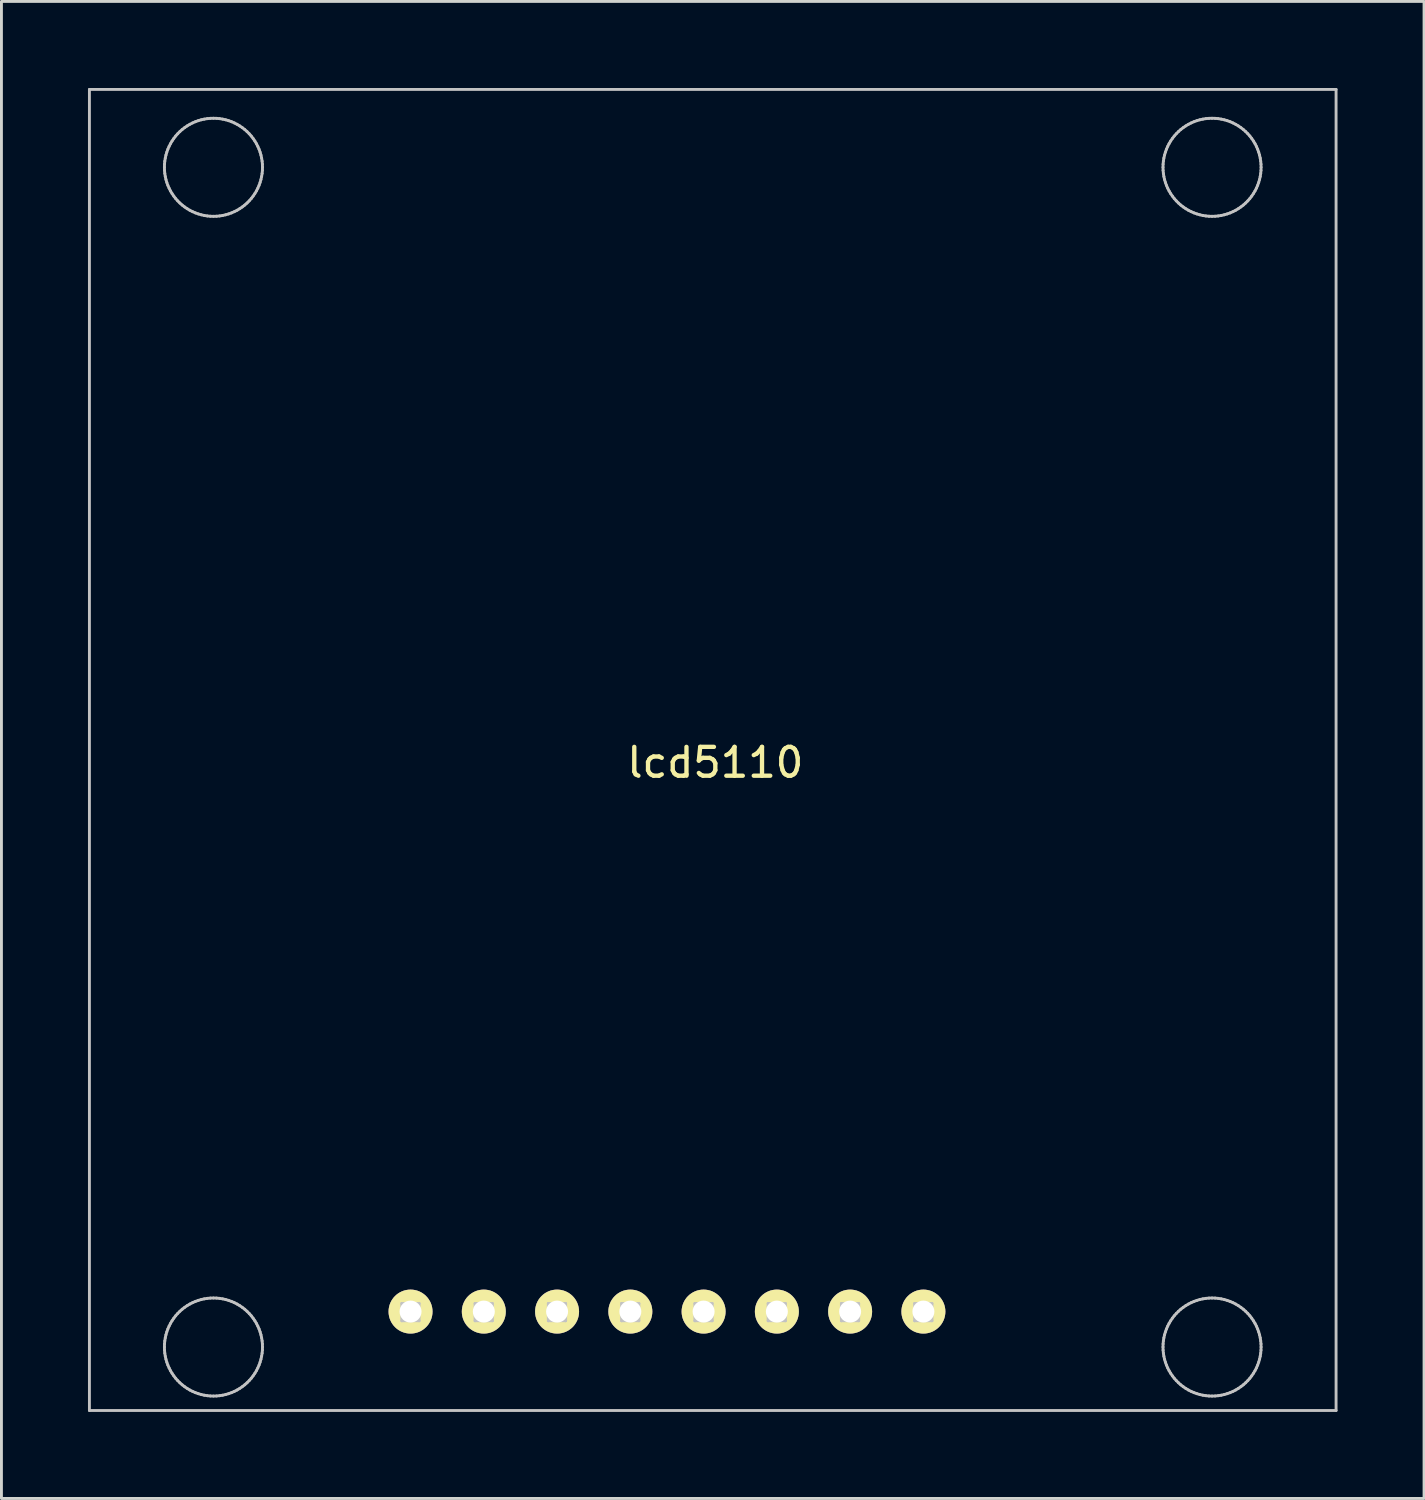
<source format=kicad_pcb>
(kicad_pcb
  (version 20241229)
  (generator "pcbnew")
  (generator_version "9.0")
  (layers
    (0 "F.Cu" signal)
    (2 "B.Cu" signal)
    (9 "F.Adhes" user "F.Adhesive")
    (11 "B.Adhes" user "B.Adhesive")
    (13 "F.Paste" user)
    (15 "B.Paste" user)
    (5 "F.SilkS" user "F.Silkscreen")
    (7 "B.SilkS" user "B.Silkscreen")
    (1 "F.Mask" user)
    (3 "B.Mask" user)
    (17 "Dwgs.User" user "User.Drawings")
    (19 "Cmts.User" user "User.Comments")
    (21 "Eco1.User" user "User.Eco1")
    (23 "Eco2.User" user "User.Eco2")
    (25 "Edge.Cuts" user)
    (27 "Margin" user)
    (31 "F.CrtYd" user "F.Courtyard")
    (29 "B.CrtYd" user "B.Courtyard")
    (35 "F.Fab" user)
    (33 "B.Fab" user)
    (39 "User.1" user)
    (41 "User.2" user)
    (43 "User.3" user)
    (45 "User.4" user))
  (footprint "lcd5110"
    (layer "F.Cu")
    (at 11.589 43.208)
    (property "Reference" "lcd5110" (at 10.16 -19.82 0) (layer "F.SilkS") (effects (font (size 1 1) (thickness 0.15))))
    (attr through_hole)
    (fp_line (start -11.539 -43.158) (end 31.681 -43.158) (stroke (width 0.1) (type solid)) (layer "Dwgs.User"))
    (fp_line (start -11.539 2.642) (end -11.539 -43.158) (stroke (width 0.1) (type solid)) (layer "Dwgs.User"))
    (fp_line (start -8.939 -40.458) (end -8.936 -40.565) (stroke (width 0.1) (type solid)) (layer "Dwgs.User"))
    (fp_line (start -8.939 0.442) (end -8.936 0.335) (stroke (width 0.1) (type solid)) (layer "Dwgs.User"))
    (fp_line (start -8.936 -40.565) (end -8.926 -40.671) (stroke (width 0.1) (type solid)) (layer "Dwgs.User"))
    (fp_line (start -8.936 -40.351) (end -8.939 -40.458) (stroke (width 0.1) (type solid)) (layer "Dwgs.User"))
    (fp_line (start -8.936 0.335) (end -8.926 0.229) (stroke (width 0.1) (type solid)) (layer "Dwgs.User"))
    (fp_line (start -8.936 0.549) (end -8.939 0.442) (stroke (width 0.1) (type solid)) (layer "Dwgs.User"))
    (fp_line (start -8.926 -40.671) (end -8.909 -40.777) (stroke (width 0.1) (type solid)) (layer "Dwgs.User"))
    (fp_line (start -8.926 -40.245) (end -8.936 -40.351) (stroke (width 0.1) (type solid)) (layer "Dwgs.User"))
    (fp_line (start -8.926 0.229) (end -8.909 0.123) (stroke (width 0.1) (type solid)) (layer "Dwgs.User"))
    (fp_line (start -8.926 0.655) (end -8.936 0.549) (stroke (width 0.1) (type solid)) (layer "Dwgs.User"))
    (fp_line (start -8.909 -40.777) (end -8.886 -40.881) (stroke (width 0.1) (type solid)) (layer "Dwgs.User"))
    (fp_line (start -8.909 -40.139) (end -8.926 -40.245) (stroke (width 0.1) (type solid)) (layer "Dwgs.User"))
    (fp_line (start -8.909 0.123) (end -8.886 0.019) (stroke (width 0.1) (type solid)) (layer "Dwgs.User"))
    (fp_line (start -8.909 0.761) (end -8.926 0.655) (stroke (width 0.1) (type solid)) (layer "Dwgs.User"))
    (fp_line (start -8.886 -40.881) (end -8.856 -40.983) (stroke (width 0.1) (type solid)) (layer "Dwgs.User"))
    (fp_line (start -8.886 -40.035) (end -8.909 -40.139) (stroke (width 0.1) (type solid)) (layer "Dwgs.User"))
    (fp_line (start -8.886 0.019) (end -8.856 -0.083) (stroke (width 0.1) (type solid)) (layer "Dwgs.User"))
    (fp_line (start -8.886 0.865) (end -8.909 0.761) (stroke (width 0.1) (type solid)) (layer "Dwgs.User"))
    (fp_line (start -8.856 -40.983) (end -8.82 -41.084) (stroke (width 0.1) (type solid)) (layer "Dwgs.User"))
    (fp_line (start -8.856 -39.933) (end -8.886 -40.035) (stroke (width 0.1) (type solid)) (layer "Dwgs.User"))
    (fp_line (start -8.856 -0.083) (end -8.82 -0.184) (stroke (width 0.1) (type solid)) (layer "Dwgs.User"))
    (fp_line (start -8.856 0.967) (end -8.886 0.865) (stroke (width 0.1) (type solid)) (layer "Dwgs.User"))
    (fp_line (start -8.82 -41.084) (end -8.777 -41.182) (stroke (width 0.1) (type solid)) (layer "Dwgs.User"))
    (fp_line (start -8.82 -39.832) (end -8.856 -39.933) (stroke (width 0.1) (type solid)) (layer "Dwgs.User"))
    (fp_line (start -8.82 -0.184) (end -8.777 -0.282) (stroke (width 0.1) (type solid)) (layer "Dwgs.User"))
    (fp_line (start -8.82 1.068) (end -8.856 0.967) (stroke (width 0.1) (type solid)) (layer "Dwgs.User"))
    (fp_line (start -8.777 -41.182) (end -8.729 -41.277) (stroke (width 0.1) (type solid)) (layer "Dwgs.User"))
    (fp_line (start -8.777 -39.734) (end -8.82 -39.832) (stroke (width 0.1) (type solid)) (layer "Dwgs.User"))
    (fp_line (start -8.777 -0.282) (end -8.729 -0.377) (stroke (width 0.1) (type solid)) (layer "Dwgs.User"))
    (fp_line (start -8.777 1.166) (end -8.82 1.068) (stroke (width 0.1) (type solid)) (layer "Dwgs.User"))
    (fp_line (start -8.729 -41.277) (end -8.674 -41.369) (stroke (width 0.1) (type solid)) (layer "Dwgs.User"))
    (fp_line (start -8.729 -39.639) (end -8.777 -39.734) (stroke (width 0.1) (type solid)) (layer "Dwgs.User"))
    (fp_line (start -8.729 -0.377) (end -8.674 -0.469) (stroke (width 0.1) (type solid)) (layer "Dwgs.User"))
    (fp_line (start -8.729 1.261) (end -8.777 1.166) (stroke (width 0.1) (type solid)) (layer "Dwgs.User"))
    (fp_line (start -8.674 -41.369) (end -8.614 -41.457) (stroke (width 0.1) (type solid)) (layer "Dwgs.User"))
    (fp_line (start -8.674 -39.547) (end -8.729 -39.639) (stroke (width 0.1) (type solid)) (layer "Dwgs.User"))
    (fp_line (start -8.674 -0.469) (end -8.614 -0.557) (stroke (width 0.1) (type solid)) (layer "Dwgs.User"))
    (fp_line (start -8.674 1.353) (end -8.729 1.261) (stroke (width 0.1) (type solid)) (layer "Dwgs.User"))
    (fp_line (start -8.614 -41.457) (end -8.549 -41.542) (stroke (width 0.1) (type solid)) (layer "Dwgs.User"))
    (fp_line (start -8.614 -39.459) (end -8.674 -39.547) (stroke (width 0.1) (type solid)) (layer "Dwgs.User"))
    (fp_line (start -8.614 -0.557) (end -8.549 -0.642) (stroke (width 0.1) (type solid)) (layer "Dwgs.User"))
    (fp_line (start -8.614 1.441) (end -8.674 1.353) (stroke (width 0.1) (type solid)) (layer "Dwgs.User"))
    (fp_line (start -8.549 -41.542) (end -8.478 -41.622) (stroke (width 0.1) (type solid)) (layer "Dwgs.User"))
    (fp_line (start -8.549 -39.374) (end -8.614 -39.459) (stroke (width 0.1) (type solid)) (layer "Dwgs.User"))
    (fp_line (start -8.549 -0.642) (end -8.478 -0.722) (stroke (width 0.1) (type solid)) (layer "Dwgs.User"))
    (fp_line (start -8.549 1.526) (end -8.614 1.441) (stroke (width 0.1) (type solid)) (layer "Dwgs.User"))
    (fp_line (start -8.478 -41.622) (end -8.403 -41.697) (stroke (width 0.1) (type solid)) (layer "Dwgs.User"))
    (fp_line (start -8.478 -39.294) (end -8.549 -39.374) (stroke (width 0.1) (type solid)) (layer "Dwgs.User"))
    (fp_line (start -8.478 -0.722) (end -8.403 -0.797) (stroke (width 0.1) (type solid)) (layer "Dwgs.User"))
    (fp_line (start -8.478 1.606) (end -8.549 1.526) (stroke (width 0.1) (type solid)) (layer "Dwgs.User"))
    (fp_line (start -8.403 -41.697) (end -8.323 -41.768) (stroke (width 0.1) (type solid)) (layer "Dwgs.User"))
    (fp_line (start -8.403 -39.219) (end -8.478 -39.294) (stroke (width 0.1) (type solid)) (layer "Dwgs.User"))
    (fp_line (start -8.403 -0.797) (end -8.323 -0.868) (stroke (width 0.1) (type solid)) (layer "Dwgs.User"))
    (fp_line (start -8.403 1.681) (end -8.478 1.606) (stroke (width 0.1) (type solid)) (layer "Dwgs.User"))
    (fp_line (start -8.323 -41.768) (end -8.238 -41.833) (stroke (width 0.1) (type solid)) (layer "Dwgs.User"))
    (fp_line (start -8.323 -39.148) (end -8.403 -39.219) (stroke (width 0.1) (type solid)) (layer "Dwgs.User"))
    (fp_line (start -8.323 -0.868) (end -8.238 -0.933) (stroke (width 0.1) (type solid)) (layer "Dwgs.User"))
    (fp_line (start -8.323 1.752) (end -8.403 1.681) (stroke (width 0.1) (type solid)) (layer "Dwgs.User"))
    (fp_line (start -8.238 -41.833) (end -8.15 -41.893) (stroke (width 0.1) (type solid)) (layer "Dwgs.User"))
    (fp_line (start -8.238 -39.083) (end -8.323 -39.148) (stroke (width 0.1) (type solid)) (layer "Dwgs.User"))
    (fp_line (start -8.238 -0.933) (end -8.15 -0.993) (stroke (width 0.1) (type solid)) (layer "Dwgs.User"))
    (fp_line (start -8.238 1.817) (end -8.323 1.752) (stroke (width 0.1) (type solid)) (layer "Dwgs.User"))
    (fp_line (start -8.15 -41.893) (end -8.058 -41.948) (stroke (width 0.1) (type solid)) (layer "Dwgs.User"))
    (fp_line (start -8.15 -39.023) (end -8.238 -39.083) (stroke (width 0.1) (type solid)) (layer "Dwgs.User"))
    (fp_line (start -8.15 -0.993) (end -8.058 -1.048) (stroke (width 0.1) (type solid)) (layer "Dwgs.User"))
    (fp_line (start -8.15 1.877) (end -8.238 1.817) (stroke (width 0.1) (type solid)) (layer "Dwgs.User"))
    (fp_line (start -8.058 -41.948) (end -7.963 -41.996) (stroke (width 0.1) (type solid)) (layer "Dwgs.User"))
    (fp_line (start -8.058 -38.968) (end -8.15 -39.023) (stroke (width 0.1) (type solid)) (layer "Dwgs.User"))
    (fp_line (start -8.058 -1.048) (end -7.963 -1.096) (stroke (width 0.1) (type solid)) (layer "Dwgs.User"))
    (fp_line (start -8.058 1.932) (end -8.15 1.877) (stroke (width 0.1) (type solid)) (layer "Dwgs.User"))
    (fp_line (start -7.963 -41.996) (end -7.865 -42.039) (stroke (width 0.1) (type solid)) (layer "Dwgs.User"))
    (fp_line (start -7.963 -38.92) (end -8.058 -38.968) (stroke (width 0.1) (type solid)) (layer "Dwgs.User"))
    (fp_line (start -7.963 -1.096) (end -7.865 -1.139) (stroke (width 0.1) (type solid)) (layer "Dwgs.User"))
    (fp_line (start -7.963 1.98) (end -8.058 1.932) (stroke (width 0.1) (type solid)) (layer "Dwgs.User"))
    (fp_line (start -7.865 -42.039) (end -7.764 -42.075) (stroke (width 0.1) (type solid)) (layer "Dwgs.User"))
    (fp_line (start -7.865 -38.877) (end -7.963 -38.92) (stroke (width 0.1) (type solid)) (layer "Dwgs.User"))
    (fp_line (start -7.865 -1.139) (end -7.764 -1.175) (stroke (width 0.1) (type solid)) (layer "Dwgs.User"))
    (fp_line (start -7.865 2.023) (end -7.963 1.98) (stroke (width 0.1) (type solid)) (layer "Dwgs.User"))
    (fp_line (start -7.764 -42.075) (end -7.662 -42.105) (stroke (width 0.1) (type solid)) (layer "Dwgs.User"))
    (fp_line (start -7.764 -38.841) (end -7.865 -38.877) (stroke (width 0.1) (type solid)) (layer "Dwgs.User"))
    (fp_line (start -7.764 -1.175) (end -7.662 -1.205) (stroke (width 0.1) (type solid)) (layer "Dwgs.User"))
    (fp_line (start -7.764 2.059) (end -7.865 2.023) (stroke (width 0.1) (type solid)) (layer "Dwgs.User"))
    (fp_line (start -7.662 -42.105) (end -7.558 -42.128) (stroke (width 0.1) (type solid)) (layer "Dwgs.User"))
    (fp_line (start -7.662 -38.811) (end -7.764 -38.841) (stroke (width 0.1) (type solid)) (layer "Dwgs.User"))
    (fp_line (start -7.662 -1.205) (end -7.558 -1.228) (stroke (width 0.1) (type solid)) (layer "Dwgs.User"))
    (fp_line (start -7.662 2.089) (end -7.764 2.059) (stroke (width 0.1) (type solid)) (layer "Dwgs.User"))
    (fp_line (start -7.558 -42.128) (end -7.452 -42.145) (stroke (width 0.1) (type solid)) (layer "Dwgs.User"))
    (fp_line (start -7.558 -38.788) (end -7.662 -38.811) (stroke (width 0.1) (type solid)) (layer "Dwgs.User"))
    (fp_line (start -7.558 -1.228) (end -7.452 -1.245) (stroke (width 0.1) (type solid)) (layer "Dwgs.User"))
    (fp_line (start -7.558 2.112) (end -7.662 2.089) (stroke (width 0.1) (type solid)) (layer "Dwgs.User"))
    (fp_line (start -7.452 -42.145) (end -7.346 -42.155) (stroke (width 0.1) (type solid)) (layer "Dwgs.User"))
    (fp_line (start -7.452 -38.771) (end -7.558 -38.788) (stroke (width 0.1) (type solid)) (layer "Dwgs.User"))
    (fp_line (start -7.452 -1.245) (end -7.346 -1.255) (stroke (width 0.1) (type solid)) (layer "Dwgs.User"))
    (fp_line (start -7.452 2.129) (end -7.558 2.112) (stroke (width 0.1) (type solid)) (layer "Dwgs.User"))
    (fp_line (start -7.346 -42.155) (end -7.239 -42.158) (stroke (width 0.1) (type solid)) (layer "Dwgs.User"))
    (fp_line (start -7.346 -38.761) (end -7.452 -38.771) (stroke (width 0.1) (type solid)) (layer "Dwgs.User"))
    (fp_line (start -7.346 -1.255) (end -7.239 -1.258) (stroke (width 0.1) (type solid)) (layer "Dwgs.User"))
    (fp_line (start -7.346 2.139) (end -7.452 2.129) (stroke (width 0.1) (type solid)) (layer "Dwgs.User"))
    (fp_line (start -7.239 -42.158) (end -7.132 -42.155) (stroke (width 0.1) (type solid)) (layer "Dwgs.User"))
    (fp_line (start -7.239 -38.758) (end -7.346 -38.761) (stroke (width 0.1) (type solid)) (layer "Dwgs.User"))
    (fp_line (start -7.239 -1.258) (end -7.132 -1.255) (stroke (width 0.1) (type solid)) (layer "Dwgs.User"))
    (fp_line (start -7.239 2.142) (end -7.346 2.139) (stroke (width 0.1) (type solid)) (layer "Dwgs.User"))
    (fp_line (start -7.132 -42.155) (end -7.026 -42.145) (stroke (width 0.1) (type solid)) (layer "Dwgs.User"))
    (fp_line (start -7.132 -38.761) (end -7.239 -38.758) (stroke (width 0.1) (type solid)) (layer "Dwgs.User"))
    (fp_line (start -7.132 -1.255) (end -7.026 -1.245) (stroke (width 0.1) (type solid)) (layer "Dwgs.User"))
    (fp_line (start -7.132 2.139) (end -7.239 2.142) (stroke (width 0.1) (type solid)) (layer "Dwgs.User"))
    (fp_line (start -7.026 -42.145) (end -6.92 -42.128) (stroke (width 0.1) (type solid)) (layer "Dwgs.User"))
    (fp_line (start -7.026 -38.771) (end -7.132 -38.761) (stroke (width 0.1) (type solid)) (layer "Dwgs.User"))
    (fp_line (start -7.026 -1.245) (end -6.92 -1.228) (stroke (width 0.1) (type solid)) (layer "Dwgs.User"))
    (fp_line (start -7.026 2.129) (end -7.132 2.139) (stroke (width 0.1) (type solid)) (layer "Dwgs.User"))
    (fp_line (start -6.92 -42.128) (end -6.816 -42.105) (stroke (width 0.1) (type solid)) (layer "Dwgs.User"))
    (fp_line (start -6.92 -38.788) (end -7.026 -38.771) (stroke (width 0.1) (type solid)) (layer "Dwgs.User"))
    (fp_line (start -6.92 -1.228) (end -6.816 -1.205) (stroke (width 0.1) (type solid)) (layer "Dwgs.User"))
    (fp_line (start -6.92 2.112) (end -7.026 2.129) (stroke (width 0.1) (type solid)) (layer "Dwgs.User"))
    (fp_line (start -6.816 -42.105) (end -6.714 -42.075) (stroke (width 0.1) (type solid)) (layer "Dwgs.User"))
    (fp_line (start -6.816 -38.811) (end -6.92 -38.788) (stroke (width 0.1) (type solid)) (layer "Dwgs.User"))
    (fp_line (start -6.816 -1.205) (end -6.714 -1.175) (stroke (width 0.1) (type solid)) (layer "Dwgs.User"))
    (fp_line (start -6.816 2.089) (end -6.92 2.112) (stroke (width 0.1) (type solid)) (layer "Dwgs.User"))
    (fp_line (start -6.714 -42.075) (end -6.613 -42.039) (stroke (width 0.1) (type solid)) (layer "Dwgs.User"))
    (fp_line (start -6.714 -38.841) (end -6.816 -38.811) (stroke (width 0.1) (type solid)) (layer "Dwgs.User"))
    (fp_line (start -6.714 -1.175) (end -6.613 -1.139) (stroke (width 0.1) (type solid)) (layer "Dwgs.User"))
    (fp_line (start -6.714 2.059) (end -6.816 2.089) (stroke (width 0.1) (type solid)) (layer "Dwgs.User"))
    (fp_line (start -6.613 -42.039) (end -6.515 -41.996) (stroke (width 0.1) (type solid)) (layer "Dwgs.User"))
    (fp_line (start -6.613 -38.877) (end -6.714 -38.841) (stroke (width 0.1) (type solid)) (layer "Dwgs.User"))
    (fp_line (start -6.613 -1.139) (end -6.515 -1.096) (stroke (width 0.1) (type solid)) (layer "Dwgs.User"))
    (fp_line (start -6.613 2.023) (end -6.714 2.059) (stroke (width 0.1) (type solid)) (layer "Dwgs.User"))
    (fp_line (start -6.515 -41.996) (end -6.42 -41.948) (stroke (width 0.1) (type solid)) (layer "Dwgs.User"))
    (fp_line (start -6.515 -38.92) (end -6.613 -38.877) (stroke (width 0.1) (type solid)) (layer "Dwgs.User"))
    (fp_line (start -6.515 -1.096) (end -6.42 -1.048) (stroke (width 0.1) (type solid)) (layer "Dwgs.User"))
    (fp_line (start -6.515 1.98) (end -6.613 2.023) (stroke (width 0.1) (type solid)) (layer "Dwgs.User"))
    (fp_line (start -6.42 -41.948) (end -6.328 -41.893) (stroke (width 0.1) (type solid)) (layer "Dwgs.User"))
    (fp_line (start -6.42 -38.968) (end -6.515 -38.92) (stroke (width 0.1) (type solid)) (layer "Dwgs.User"))
    (fp_line (start -6.42 -1.048) (end -6.328 -0.993) (stroke (width 0.1) (type solid)) (layer "Dwgs.User"))
    (fp_line (start -6.42 1.932) (end -6.515 1.98) (stroke (width 0.1) (type solid)) (layer "Dwgs.User"))
    (fp_line (start -6.328 -41.893) (end -6.24 -41.833) (stroke (width 0.1) (type solid)) (layer "Dwgs.User"))
    (fp_line (start -6.328 -39.023) (end -6.42 -38.968) (stroke (width 0.1) (type solid)) (layer "Dwgs.User"))
    (fp_line (start -6.328 -0.993) (end -6.24 -0.933) (stroke (width 0.1) (type solid)) (layer "Dwgs.User"))
    (fp_line (start -6.328 1.877) (end -6.42 1.932) (stroke (width 0.1) (type solid)) (layer "Dwgs.User"))
    (fp_line (start -6.24 -41.833) (end -6.155 -41.768) (stroke (width 0.1) (type solid)) (layer "Dwgs.User"))
    (fp_line (start -6.24 -39.083) (end -6.328 -39.023) (stroke (width 0.1) (type solid)) (layer "Dwgs.User"))
    (fp_line (start -6.24 -0.933) (end -6.155 -0.868) (stroke (width 0.1) (type solid)) (layer "Dwgs.User"))
    (fp_line (start -6.24 1.817) (end -6.328 1.877) (stroke (width 0.1) (type solid)) (layer "Dwgs.User"))
    (fp_line (start -6.155 -41.768) (end -6.075 -41.697) (stroke (width 0.1) (type solid)) (layer "Dwgs.User"))
    (fp_line (start -6.155 -39.148) (end -6.24 -39.083) (stroke (width 0.1) (type solid)) (layer "Dwgs.User"))
    (fp_line (start -6.155 -0.868) (end -6.075 -0.797) (stroke (width 0.1) (type solid)) (layer "Dwgs.User"))
    (fp_line (start -6.155 1.752) (end -6.24 1.817) (stroke (width 0.1) (type solid)) (layer "Dwgs.User"))
    (fp_line (start -6.075 -41.697) (end -6 -41.622) (stroke (width 0.1) (type solid)) (layer "Dwgs.User"))
    (fp_line (start -6.075 -39.219) (end -6.155 -39.148) (stroke (width 0.1) (type solid)) (layer "Dwgs.User"))
    (fp_line (start -6.075 -0.797) (end -6 -0.722) (stroke (width 0.1) (type solid)) (layer "Dwgs.User"))
    (fp_line (start -6.075 1.681) (end -6.155 1.752) (stroke (width 0.1) (type solid)) (layer "Dwgs.User"))
    (fp_line (start -6 -41.622) (end -5.929 -41.542) (stroke (width 0.1) (type solid)) (layer "Dwgs.User"))
    (fp_line (start -6 -39.294) (end -6.075 -39.219) (stroke (width 0.1) (type solid)) (layer "Dwgs.User"))
    (fp_line (start -6 -0.722) (end -5.929 -0.642) (stroke (width 0.1) (type solid)) (layer "Dwgs.User"))
    (fp_line (start -6 1.606) (end -6.075 1.681) (stroke (width 0.1) (type solid)) (layer "Dwgs.User"))
    (fp_line (start -5.929 -41.542) (end -5.864 -41.457) (stroke (width 0.1) (type solid)) (layer "Dwgs.User"))
    (fp_line (start -5.929 -39.374) (end -6 -39.294) (stroke (width 0.1) (type solid)) (layer "Dwgs.User"))
    (fp_line (start -5.929 -0.642) (end -5.864 -0.557) (stroke (width 0.1) (type solid)) (layer "Dwgs.User"))
    (fp_line (start -5.929 1.526) (end -6 1.606) (stroke (width 0.1) (type solid)) (layer "Dwgs.User"))
    (fp_line (start -5.864 -41.457) (end -5.804 -41.369) (stroke (width 0.1) (type solid)) (layer "Dwgs.User"))
    (fp_line (start -5.864 -39.459) (end -5.929 -39.374) (stroke (width 0.1) (type solid)) (layer "Dwgs.User"))
    (fp_line (start -5.864 -0.557) (end -5.804 -0.469) (stroke (width 0.1) (type solid)) (layer "Dwgs.User"))
    (fp_line (start -5.864 1.441) (end -5.929 1.526) (stroke (width 0.1) (type solid)) (layer "Dwgs.User"))
    (fp_line (start -5.804 -41.369) (end -5.749 -41.277) (stroke (width 0.1) (type solid)) (layer "Dwgs.User"))
    (fp_line (start -5.804 -39.547) (end -5.864 -39.459) (stroke (width 0.1) (type solid)) (layer "Dwgs.User"))
    (fp_line (start -5.804 -0.469) (end -5.749 -0.377) (stroke (width 0.1) (type solid)) (layer "Dwgs.User"))
    (fp_line (start -5.804 1.353) (end -5.864 1.441) (stroke (width 0.1) (type solid)) (layer "Dwgs.User"))
    (fp_line (start -5.749 -41.277) (end -5.701 -41.182) (stroke (width 0.1) (type solid)) (layer "Dwgs.User"))
    (fp_line (start -5.749 -39.639) (end -5.804 -39.547) (stroke (width 0.1) (type solid)) (layer "Dwgs.User"))
    (fp_line (start -5.749 -0.377) (end -5.701 -0.282) (stroke (width 0.1) (type solid)) (layer "Dwgs.User"))
    (fp_line (start -5.749 1.261) (end -5.804 1.353) (stroke (width 0.1) (type solid)) (layer "Dwgs.User"))
    (fp_line (start -5.701 -41.182) (end -5.658 -41.084) (stroke (width 0.1) (type solid)) (layer "Dwgs.User"))
    (fp_line (start -5.701 -39.734) (end -5.749 -39.639) (stroke (width 0.1) (type solid)) (layer "Dwgs.User"))
    (fp_line (start -5.701 -0.282) (end -5.658 -0.184) (stroke (width 0.1) (type solid)) (layer "Dwgs.User"))
    (fp_line (start -5.701 1.166) (end -5.749 1.261) (stroke (width 0.1) (type solid)) (layer "Dwgs.User"))
    (fp_line (start -5.658 -41.084) (end -5.622 -40.983) (stroke (width 0.1) (type solid)) (layer "Dwgs.User"))
    (fp_line (start -5.658 -39.832) (end -5.701 -39.734) (stroke (width 0.1) (type solid)) (layer "Dwgs.User"))
    (fp_line (start -5.658 -0.184) (end -5.622 -0.083) (stroke (width 0.1) (type solid)) (layer "Dwgs.User"))
    (fp_line (start -5.658 1.068) (end -5.701 1.166) (stroke (width 0.1) (type solid)) (layer "Dwgs.User"))
    (fp_line (start -5.622 -40.983) (end -5.592 -40.881) (stroke (width 0.1) (type solid)) (layer "Dwgs.User"))
    (fp_line (start -5.622 -39.933) (end -5.658 -39.832) (stroke (width 0.1) (type solid)) (layer "Dwgs.User"))
    (fp_line (start -5.622 -0.083) (end -5.592 0.019) (stroke (width 0.1) (type solid)) (layer "Dwgs.User"))
    (fp_line (start -5.622 0.967) (end -5.658 1.068) (stroke (width 0.1) (type solid)) (layer "Dwgs.User"))
    (fp_line (start -5.592 -40.881) (end -5.569 -40.777) (stroke (width 0.1) (type solid)) (layer "Dwgs.User"))
    (fp_line (start -5.592 -40.035) (end -5.622 -39.933) (stroke (width 0.1) (type solid)) (layer "Dwgs.User"))
    (fp_line (start -5.592 0.019) (end -5.569 0.123) (stroke (width 0.1) (type solid)) (layer "Dwgs.User"))
    (fp_line (start -5.592 0.865) (end -5.622 0.967) (stroke (width 0.1) (type solid)) (layer "Dwgs.User"))
    (fp_line (start -5.569 -40.777) (end -5.552 -40.671) (stroke (width 0.1) (type solid)) (layer "Dwgs.User"))
    (fp_line (start -5.569 -40.139) (end -5.592 -40.035) (stroke (width 0.1) (type solid)) (layer "Dwgs.User"))
    (fp_line (start -5.569 0.123) (end -5.552 0.229) (stroke (width 0.1) (type solid)) (layer "Dwgs.User"))
    (fp_line (start -5.569 0.761) (end -5.592 0.865) (stroke (width 0.1) (type solid)) (layer "Dwgs.User"))
    (fp_line (start -5.552 -40.671) (end -5.542 -40.565) (stroke (width 0.1) (type solid)) (layer "Dwgs.User"))
    (fp_line (start -5.552 -40.245) (end -5.569 -40.139) (stroke (width 0.1) (type solid)) (layer "Dwgs.User"))
    (fp_line (start -5.552 0.229) (end -5.542 0.335) (stroke (width 0.1) (type solid)) (layer "Dwgs.User"))
    (fp_line (start -5.552 0.655) (end -5.569 0.761) (stroke (width 0.1) (type solid)) (layer "Dwgs.User"))
    (fp_line (start -5.542 -40.565) (end -5.539 -40.458) (stroke (width 0.1) (type solid)) (layer "Dwgs.User"))
    (fp_line (start -5.542 -40.351) (end -5.552 -40.245) (stroke (width 0.1) (type solid)) (layer "Dwgs.User"))
    (fp_line (start -5.542 0.335) (end -5.539 0.442) (stroke (width 0.1) (type solid)) (layer "Dwgs.User"))
    (fp_line (start -5.542 0.549) (end -5.552 0.655) (stroke (width 0.1) (type solid)) (layer "Dwgs.User"))
    (fp_line (start -5.539 -40.458) (end -5.542 -40.351) (stroke (width 0.1) (type solid)) (layer "Dwgs.User"))
    (fp_line (start -5.539 0.442) (end -5.542 0.549) (stroke (width 0.1) (type solid)) (layer "Dwgs.User"))
    (fp_line (start -0.709 -1.068) (end -0.109 -1.068) (stroke (width 0.1) (type solid)) (layer "Dwgs.User"))
    (fp_line (start -0.709 -0.468) (end -0.709 -1.068) (stroke (width 0.1) (type solid)) (layer "Dwgs.User"))
    (fp_line (start -0.109 -1.068) (end -0.109 -0.468) (stroke (width 0.1) (type solid)) (layer "Dwgs.User"))
    (fp_line (start -0.109 -0.468) (end -0.709 -0.468) (stroke (width 0.1) (type solid)) (layer "Dwgs.User"))
    (fp_line (start 1.831 -1.068) (end 2.431 -1.068) (stroke (width 0.1) (type solid)) (layer "Dwgs.User"))
    (fp_line (start 1.831 -0.468) (end 1.831 -1.068) (stroke (width 0.1) (type solid)) (layer "Dwgs.User"))
    (fp_line (start 2.431 -1.068) (end 2.431 -0.468) (stroke (width 0.1) (type solid)) (layer "Dwgs.User"))
    (fp_line (start 2.431 -0.468) (end 1.831 -0.468) (stroke (width 0.1) (type solid)) (layer "Dwgs.User"))
    (fp_line (start 4.371 -1.068) (end 4.971 -1.068) (stroke (width 0.1) (type solid)) (layer "Dwgs.User"))
    (fp_line (start 4.371 -0.468) (end 4.371 -1.068) (stroke (width 0.1) (type solid)) (layer "Dwgs.User"))
    (fp_line (start 4.971 -1.068) (end 4.971 -0.468) (stroke (width 0.1) (type solid)) (layer "Dwgs.User"))
    (fp_line (start 4.971 -0.468) (end 4.371 -0.468) (stroke (width 0.1) (type solid)) (layer "Dwgs.User"))
    (fp_line (start 6.911 -1.068) (end 7.511 -1.068) (stroke (width 0.1) (type solid)) (layer "Dwgs.User"))
    (fp_line (start 6.911 -0.468) (end 6.911 -1.068) (stroke (width 0.1) (type solid)) (layer "Dwgs.User"))
    (fp_line (start 7.511 -1.068) (end 7.511 -0.468) (stroke (width 0.1) (type solid)) (layer "Dwgs.User"))
    (fp_line (start 7.511 -0.468) (end 6.911 -0.468) (stroke (width 0.1) (type solid)) (layer "Dwgs.User"))
    (fp_line (start 9.451 -1.068) (end 10.051 -1.068) (stroke (width 0.1) (type solid)) (layer "Dwgs.User"))
    (fp_line (start 9.451 -0.468) (end 9.451 -1.068) (stroke (width 0.1) (type solid)) (layer "Dwgs.User"))
    (fp_line (start 10.051 -1.068) (end 10.051 -0.468) (stroke (width 0.1) (type solid)) (layer "Dwgs.User"))
    (fp_line (start 10.051 -0.468) (end 9.451 -0.468) (stroke (width 0.1) (type solid)) (layer "Dwgs.User"))
    (fp_line (start 11.991 -1.068) (end 12.591 -1.068) (stroke (width 0.1) (type solid)) (layer "Dwgs.User"))
    (fp_line (start 11.991 -0.468) (end 11.991 -1.068) (stroke (width 0.1) (type solid)) (layer "Dwgs.User"))
    (fp_line (start 12.591 -1.068) (end 12.591 -0.468) (stroke (width 0.1) (type solid)) (layer "Dwgs.User"))
    (fp_line (start 12.591 -0.468) (end 11.991 -0.468) (stroke (width 0.1) (type solid)) (layer "Dwgs.User"))
    (fp_line (start 14.531 -1.068) (end 15.131 -1.068) (stroke (width 0.1) (type solid)) (layer "Dwgs.User"))
    (fp_line (start 14.531 -0.468) (end 14.531 -1.068) (stroke (width 0.1) (type solid)) (layer "Dwgs.User"))
    (fp_line (start 15.131 -1.068) (end 15.131 -0.468) (stroke (width 0.1) (type solid)) (layer "Dwgs.User"))
    (fp_line (start 15.131 -0.468) (end 14.531 -0.468) (stroke (width 0.1) (type solid)) (layer "Dwgs.User"))
    (fp_line (start 17.071 -1.068) (end 17.671 -1.068) (stroke (width 0.1) (type solid)) (layer "Dwgs.User"))
    (fp_line (start 17.071 -0.468) (end 17.071 -1.068) (stroke (width 0.1) (type solid)) (layer "Dwgs.User"))
    (fp_line (start 17.671 -1.068) (end 17.671 -0.468) (stroke (width 0.1) (type solid)) (layer "Dwgs.User"))
    (fp_line (start 17.671 -0.468) (end 17.071 -0.468) (stroke (width 0.1) (type solid)) (layer "Dwgs.User"))
    (fp_line (start 25.681 -40.458) (end 25.684 -40.565) (stroke (width 0.1) (type solid)) (layer "Dwgs.User"))
    (fp_line (start 25.681 0.442) (end 25.684 0.335) (stroke (width 0.1) (type solid)) (layer "Dwgs.User"))
    (fp_line (start 25.684 -40.565) (end 25.694 -40.671) (stroke (width 0.1) (type solid)) (layer "Dwgs.User"))
    (fp_line (start 25.684 -40.351) (end 25.681 -40.458) (stroke (width 0.1) (type solid)) (layer "Dwgs.User"))
    (fp_line (start 25.684 0.335) (end 25.694 0.229) (stroke (width 0.1) (type solid)) (layer "Dwgs.User"))
    (fp_line (start 25.684 0.549) (end 25.681 0.442) (stroke (width 0.1) (type solid)) (layer "Dwgs.User"))
    (fp_line (start 25.694 -40.671) (end 25.711 -40.777) (stroke (width 0.1) (type solid)) (layer "Dwgs.User"))
    (fp_line (start 25.694 -40.245) (end 25.684 -40.351) (stroke (width 0.1) (type solid)) (layer "Dwgs.User"))
    (fp_line (start 25.694 0.229) (end 25.711 0.123) (stroke (width 0.1) (type solid)) (layer "Dwgs.User"))
    (fp_line (start 25.694 0.655) (end 25.684 0.549) (stroke (width 0.1) (type solid)) (layer "Dwgs.User"))
    (fp_line (start 25.711 -40.777) (end 25.734 -40.881) (stroke (width 0.1) (type solid)) (layer "Dwgs.User"))
    (fp_line (start 25.711 -40.139) (end 25.694 -40.245) (stroke (width 0.1) (type solid)) (layer "Dwgs.User"))
    (fp_line (start 25.711 0.123) (end 25.734 0.019) (stroke (width 0.1) (type solid)) (layer "Dwgs.User"))
    (fp_line (start 25.711 0.761) (end 25.694 0.655) (stroke (width 0.1) (type solid)) (layer "Dwgs.User"))
    (fp_line (start 25.734 -40.881) (end 25.764 -40.983) (stroke (width 0.1) (type solid)) (layer "Dwgs.User"))
    (fp_line (start 25.734 -40.035) (end 25.711 -40.139) (stroke (width 0.1) (type solid)) (layer "Dwgs.User"))
    (fp_line (start 25.734 0.019) (end 25.764 -0.083) (stroke (width 0.1) (type solid)) (layer "Dwgs.User"))
    (fp_line (start 25.734 0.865) (end 25.711 0.761) (stroke (width 0.1) (type solid)) (layer "Dwgs.User"))
    (fp_line (start 25.764 -40.983) (end 25.8 -41.084) (stroke (width 0.1) (type solid)) (layer "Dwgs.User"))
    (fp_line (start 25.764 -39.933) (end 25.734 -40.035) (stroke (width 0.1) (type solid)) (layer "Dwgs.User"))
    (fp_line (start 25.764 -0.083) (end 25.8 -0.184) (stroke (width 0.1) (type solid)) (layer "Dwgs.User"))
    (fp_line (start 25.764 0.967) (end 25.734 0.865) (stroke (width 0.1) (type solid)) (layer "Dwgs.User"))
    (fp_line (start 25.8 -41.084) (end 25.843 -41.182) (stroke (width 0.1) (type solid)) (layer "Dwgs.User"))
    (fp_line (start 25.8 -39.832) (end 25.764 -39.933) (stroke (width 0.1) (type solid)) (layer "Dwgs.User"))
    (fp_line (start 25.8 -0.184) (end 25.843 -0.282) (stroke (width 0.1) (type solid)) (layer "Dwgs.User"))
    (fp_line (start 25.8 1.068) (end 25.764 0.967) (stroke (width 0.1) (type solid)) (layer "Dwgs.User"))
    (fp_line (start 25.843 -41.182) (end 25.891 -41.277) (stroke (width 0.1) (type solid)) (layer "Dwgs.User"))
    (fp_line (start 25.843 -39.734) (end 25.8 -39.832) (stroke (width 0.1) (type solid)) (layer "Dwgs.User"))
    (fp_line (start 25.843 -0.282) (end 25.891 -0.377) (stroke (width 0.1) (type solid)) (layer "Dwgs.User"))
    (fp_line (start 25.843 1.166) (end 25.8 1.068) (stroke (width 0.1) (type solid)) (layer "Dwgs.User"))
    (fp_line (start 25.891 -41.277) (end 25.946 -41.369) (stroke (width 0.1) (type solid)) (layer "Dwgs.User"))
    (fp_line (start 25.891 -39.639) (end 25.843 -39.734) (stroke (width 0.1) (type solid)) (layer "Dwgs.User"))
    (fp_line (start 25.891 -0.377) (end 25.946 -0.469) (stroke (width 0.1) (type solid)) (layer "Dwgs.User"))
    (fp_line (start 25.891 1.261) (end 25.843 1.166) (stroke (width 0.1) (type solid)) (layer "Dwgs.User"))
    (fp_line (start 25.946 -41.369) (end 26.006 -41.457) (stroke (width 0.1) (type solid)) (layer "Dwgs.User"))
    (fp_line (start 25.946 -39.547) (end 25.891 -39.639) (stroke (width 0.1) (type solid)) (layer "Dwgs.User"))
    (fp_line (start 25.946 -0.469) (end 26.006 -0.557) (stroke (width 0.1) (type solid)) (layer "Dwgs.User"))
    (fp_line (start 25.946 1.353) (end 25.891 1.261) (stroke (width 0.1) (type solid)) (layer "Dwgs.User"))
    (fp_line (start 26.006 -41.457) (end 26.071 -41.542) (stroke (width 0.1) (type solid)) (layer "Dwgs.User"))
    (fp_line (start 26.006 -39.459) (end 25.946 -39.547) (stroke (width 0.1) (type solid)) (layer "Dwgs.User"))
    (fp_line (start 26.006 -0.557) (end 26.071 -0.642) (stroke (width 0.1) (type solid)) (layer "Dwgs.User"))
    (fp_line (start 26.006 1.441) (end 25.946 1.353) (stroke (width 0.1) (type solid)) (layer "Dwgs.User"))
    (fp_line (start 26.071 -41.542) (end 26.142 -41.622) (stroke (width 0.1) (type solid)) (layer "Dwgs.User"))
    (fp_line (start 26.071 -39.374) (end 26.006 -39.459) (stroke (width 0.1) (type solid)) (layer "Dwgs.User"))
    (fp_line (start 26.071 -0.642) (end 26.142 -0.722) (stroke (width 0.1) (type solid)) (layer "Dwgs.User"))
    (fp_line (start 26.071 1.526) (end 26.006 1.441) (stroke (width 0.1) (type solid)) (layer "Dwgs.User"))
    (fp_line (start 26.142 -41.622) (end 26.217 -41.697) (stroke (width 0.1) (type solid)) (layer "Dwgs.User"))
    (fp_line (start 26.142 -39.294) (end 26.071 -39.374) (stroke (width 0.1) (type solid)) (layer "Dwgs.User"))
    (fp_line (start 26.142 -0.722) (end 26.217 -0.797) (stroke (width 0.1) (type solid)) (layer "Dwgs.User"))
    (fp_line (start 26.142 1.606) (end 26.071 1.526) (stroke (width 0.1) (type solid)) (layer "Dwgs.User"))
    (fp_line (start 26.217 -41.697) (end 26.297 -41.768) (stroke (width 0.1) (type solid)) (layer "Dwgs.User"))
    (fp_line (start 26.217 -39.219) (end 26.142 -39.294) (stroke (width 0.1) (type solid)) (layer "Dwgs.User"))
    (fp_line (start 26.217 -0.797) (end 26.297 -0.868) (stroke (width 0.1) (type solid)) (layer "Dwgs.User"))
    (fp_line (start 26.217 1.681) (end 26.142 1.606) (stroke (width 0.1) (type solid)) (layer "Dwgs.User"))
    (fp_line (start 26.297 -41.768) (end 26.382 -41.833) (stroke (width 0.1) (type solid)) (layer "Dwgs.User"))
    (fp_line (start 26.297 -39.148) (end 26.217 -39.219) (stroke (width 0.1) (type solid)) (layer "Dwgs.User"))
    (fp_line (start 26.297 -0.868) (end 26.382 -0.933) (stroke (width 0.1) (type solid)) (layer "Dwgs.User"))
    (fp_line (start 26.297 1.752) (end 26.217 1.681) (stroke (width 0.1) (type solid)) (layer "Dwgs.User"))
    (fp_line (start 26.382 -41.833) (end 26.47 -41.893) (stroke (width 0.1) (type solid)) (layer "Dwgs.User"))
    (fp_line (start 26.382 -39.083) (end 26.297 -39.148) (stroke (width 0.1) (type solid)) (layer "Dwgs.User"))
    (fp_line (start 26.382 -0.933) (end 26.47 -0.993) (stroke (width 0.1) (type solid)) (layer "Dwgs.User"))
    (fp_line (start 26.382 1.817) (end 26.297 1.752) (stroke (width 0.1) (type solid)) (layer "Dwgs.User"))
    (fp_line (start 26.47 -41.893) (end 26.562 -41.948) (stroke (width 0.1) (type solid)) (layer "Dwgs.User"))
    (fp_line (start 26.47 -39.023) (end 26.382 -39.083) (stroke (width 0.1) (type solid)) (layer "Dwgs.User"))
    (fp_line (start 26.47 -0.993) (end 26.562 -1.048) (stroke (width 0.1) (type solid)) (layer "Dwgs.User"))
    (fp_line (start 26.47 1.877) (end 26.382 1.817) (stroke (width 0.1) (type solid)) (layer "Dwgs.User"))
    (fp_line (start 26.562 -41.948) (end 26.657 -41.996) (stroke (width 0.1) (type solid)) (layer "Dwgs.User"))
    (fp_line (start 26.562 -38.968) (end 26.47 -39.023) (stroke (width 0.1) (type solid)) (layer "Dwgs.User"))
    (fp_line (start 26.562 -1.048) (end 26.657 -1.096) (stroke (width 0.1) (type solid)) (layer "Dwgs.User"))
    (fp_line (start 26.562 1.932) (end 26.47 1.877) (stroke (width 0.1) (type solid)) (layer "Dwgs.User"))
    (fp_line (start 26.657 -41.996) (end 26.755 -42.039) (stroke (width 0.1) (type solid)) (layer "Dwgs.User"))
    (fp_line (start 26.657 -38.92) (end 26.562 -38.968) (stroke (width 0.1) (type solid)) (layer "Dwgs.User"))
    (fp_line (start 26.657 -1.096) (end 26.755 -1.139) (stroke (width 0.1) (type solid)) (layer "Dwgs.User"))
    (fp_line (start 26.657 1.98) (end 26.562 1.932) (stroke (width 0.1) (type solid)) (layer "Dwgs.User"))
    (fp_line (start 26.755 -42.039) (end 26.856 -42.075) (stroke (width 0.1) (type solid)) (layer "Dwgs.User"))
    (fp_line (start 26.755 -38.877) (end 26.657 -38.92) (stroke (width 0.1) (type solid)) (layer "Dwgs.User"))
    (fp_line (start 26.755 -1.139) (end 26.856 -1.175) (stroke (width 0.1) (type solid)) (layer "Dwgs.User"))
    (fp_line (start 26.755 2.023) (end 26.657 1.98) (stroke (width 0.1) (type solid)) (layer "Dwgs.User"))
    (fp_line (start 26.856 -42.075) (end 26.958 -42.105) (stroke (width 0.1) (type solid)) (layer "Dwgs.User"))
    (fp_line (start 26.856 -38.841) (end 26.755 -38.877) (stroke (width 0.1) (type solid)) (layer "Dwgs.User"))
    (fp_line (start 26.856 -1.175) (end 26.958 -1.205) (stroke (width 0.1) (type solid)) (layer "Dwgs.User"))
    (fp_line (start 26.856 2.059) (end 26.755 2.023) (stroke (width 0.1) (type solid)) (layer "Dwgs.User"))
    (fp_line (start 26.958 -42.105) (end 27.062 -42.128) (stroke (width 0.1) (type solid)) (layer "Dwgs.User"))
    (fp_line (start 26.958 -38.811) (end 26.856 -38.841) (stroke (width 0.1) (type solid)) (layer "Dwgs.User"))
    (fp_line (start 26.958 -1.205) (end 27.062 -1.228) (stroke (width 0.1) (type solid)) (layer "Dwgs.User"))
    (fp_line (start 26.958 2.089) (end 26.856 2.059) (stroke (width 0.1) (type solid)) (layer "Dwgs.User"))
    (fp_line (start 27.062 -42.128) (end 27.168 -42.145) (stroke (width 0.1) (type solid)) (layer "Dwgs.User"))
    (fp_line (start 27.062 -38.788) (end 26.958 -38.811) (stroke (width 0.1) (type solid)) (layer "Dwgs.User"))
    (fp_line (start 27.062 -1.228) (end 27.168 -1.245) (stroke (width 0.1) (type solid)) (layer "Dwgs.User"))
    (fp_line (start 27.062 2.112) (end 26.958 2.089) (stroke (width 0.1) (type solid)) (layer "Dwgs.User"))
    (fp_line (start 27.168 -42.145) (end 27.274 -42.155) (stroke (width 0.1) (type solid)) (layer "Dwgs.User"))
    (fp_line (start 27.168 -38.771) (end 27.062 -38.788) (stroke (width 0.1) (type solid)) (layer "Dwgs.User"))
    (fp_line (start 27.168 -1.245) (end 27.274 -1.255) (stroke (width 0.1) (type solid)) (layer "Dwgs.User"))
    (fp_line (start 27.168 2.129) (end 27.062 2.112) (stroke (width 0.1) (type solid)) (layer "Dwgs.User"))
    (fp_line (start 27.274 -42.155) (end 27.381 -42.158) (stroke (width 0.1) (type solid)) (layer "Dwgs.User"))
    (fp_line (start 27.274 -38.761) (end 27.168 -38.771) (stroke (width 0.1) (type solid)) (layer "Dwgs.User"))
    (fp_line (start 27.274 -1.255) (end 27.381 -1.258) (stroke (width 0.1) (type solid)) (layer "Dwgs.User"))
    (fp_line (start 27.274 2.139) (end 27.168 2.129) (stroke (width 0.1) (type solid)) (layer "Dwgs.User"))
    (fp_line (start 27.381 -42.158) (end 27.488 -42.155) (stroke (width 0.1) (type solid)) (layer "Dwgs.User"))
    (fp_line (start 27.381 -38.758) (end 27.274 -38.761) (stroke (width 0.1) (type solid)) (layer "Dwgs.User"))
    (fp_line (start 27.381 -1.258) (end 27.488 -1.255) (stroke (width 0.1) (type solid)) (layer "Dwgs.User"))
    (fp_line (start 27.381 2.142) (end 27.274 2.139) (stroke (width 0.1) (type solid)) (layer "Dwgs.User"))
    (fp_line (start 27.488 -42.155) (end 27.594 -42.145) (stroke (width 0.1) (type solid)) (layer "Dwgs.User"))
    (fp_line (start 27.488 -38.761) (end 27.381 -38.758) (stroke (width 0.1) (type solid)) (layer "Dwgs.User"))
    (fp_line (start 27.488 -1.255) (end 27.594 -1.245) (stroke (width 0.1) (type solid)) (layer "Dwgs.User"))
    (fp_line (start 27.488 2.139) (end 27.381 2.142) (stroke (width 0.1) (type solid)) (layer "Dwgs.User"))
    (fp_line (start 27.594 -42.145) (end 27.7 -42.128) (stroke (width 0.1) (type solid)) (layer "Dwgs.User"))
    (fp_line (start 27.594 -38.771) (end 27.488 -38.761) (stroke (width 0.1) (type solid)) (layer "Dwgs.User"))
    (fp_line (start 27.594 -1.245) (end 27.7 -1.228) (stroke (width 0.1) (type solid)) (layer "Dwgs.User"))
    (fp_line (start 27.594 2.129) (end 27.488 2.139) (stroke (width 0.1) (type solid)) (layer "Dwgs.User"))
    (fp_line (start 27.7 -42.128) (end 27.804 -42.105) (stroke (width 0.1) (type solid)) (layer "Dwgs.User"))
    (fp_line (start 27.7 -38.788) (end 27.594 -38.771) (stroke (width 0.1) (type solid)) (layer "Dwgs.User"))
    (fp_line (start 27.7 -1.228) (end 27.804 -1.205) (stroke (width 0.1) (type solid)) (layer "Dwgs.User"))
    (fp_line (start 27.7 2.112) (end 27.594 2.129) (stroke (width 0.1) (type solid)) (layer "Dwgs.User"))
    (fp_line (start 27.804 -42.105) (end 27.906 -42.075) (stroke (width 0.1) (type solid)) (layer "Dwgs.User"))
    (fp_line (start 27.804 -38.811) (end 27.7 -38.788) (stroke (width 0.1) (type solid)) (layer "Dwgs.User"))
    (fp_line (start 27.804 -1.205) (end 27.906 -1.175) (stroke (width 0.1) (type solid)) (layer "Dwgs.User"))
    (fp_line (start 27.804 2.089) (end 27.7 2.112) (stroke (width 0.1) (type solid)) (layer "Dwgs.User"))
    (fp_line (start 27.906 -42.075) (end 28.007 -42.039) (stroke (width 0.1) (type solid)) (layer "Dwgs.User"))
    (fp_line (start 27.906 -38.841) (end 27.804 -38.811) (stroke (width 0.1) (type solid)) (layer "Dwgs.User"))
    (fp_line (start 27.906 -1.175) (end 28.007 -1.139) (stroke (width 0.1) (type solid)) (layer "Dwgs.User"))
    (fp_line (start 27.906 2.059) (end 27.804 2.089) (stroke (width 0.1) (type solid)) (layer "Dwgs.User"))
    (fp_line (start 28.007 -42.039) (end 28.105 -41.996) (stroke (width 0.1) (type solid)) (layer "Dwgs.User"))
    (fp_line (start 28.007 -38.877) (end 27.906 -38.841) (stroke (width 0.1) (type solid)) (layer "Dwgs.User"))
    (fp_line (start 28.007 -1.139) (end 28.105 -1.096) (stroke (width 0.1) (type solid)) (layer "Dwgs.User"))
    (fp_line (start 28.007 2.023) (end 27.906 2.059) (stroke (width 0.1) (type solid)) (layer "Dwgs.User"))
    (fp_line (start 28.105 -41.996) (end 28.2 -41.948) (stroke (width 0.1) (type solid)) (layer "Dwgs.User"))
    (fp_line (start 28.105 -38.92) (end 28.007 -38.877) (stroke (width 0.1) (type solid)) (layer "Dwgs.User"))
    (fp_line (start 28.105 -1.096) (end 28.2 -1.048) (stroke (width 0.1) (type solid)) (layer "Dwgs.User"))
    (fp_line (start 28.105 1.98) (end 28.007 2.023) (stroke (width 0.1) (type solid)) (layer "Dwgs.User"))
    (fp_line (start 28.2 -41.948) (end 28.292 -41.893) (stroke (width 0.1) (type solid)) (layer "Dwgs.User"))
    (fp_line (start 28.2 -38.968) (end 28.105 -38.92) (stroke (width 0.1) (type solid)) (layer "Dwgs.User"))
    (fp_line (start 28.2 -1.048) (end 28.292 -0.993) (stroke (width 0.1) (type solid)) (layer "Dwgs.User"))
    (fp_line (start 28.2 1.932) (end 28.105 1.98) (stroke (width 0.1) (type solid)) (layer "Dwgs.User"))
    (fp_line (start 28.292 -41.893) (end 28.38 -41.833) (stroke (width 0.1) (type solid)) (layer "Dwgs.User"))
    (fp_line (start 28.292 -39.023) (end 28.2 -38.968) (stroke (width 0.1) (type solid)) (layer "Dwgs.User"))
    (fp_line (start 28.292 -0.993) (end 28.38 -0.933) (stroke (width 0.1) (type solid)) (layer "Dwgs.User"))
    (fp_line (start 28.292 1.877) (end 28.2 1.932) (stroke (width 0.1) (type solid)) (layer "Dwgs.User"))
    (fp_line (start 28.38 -41.833) (end 28.465 -41.768) (stroke (width 0.1) (type solid)) (layer "Dwgs.User"))
    (fp_line (start 28.38 -39.083) (end 28.292 -39.023) (stroke (width 0.1) (type solid)) (layer "Dwgs.User"))
    (fp_line (start 28.38 -0.933) (end 28.465 -0.868) (stroke (width 0.1) (type solid)) (layer "Dwgs.User"))
    (fp_line (start 28.38 1.817) (end 28.292 1.877) (stroke (width 0.1) (type solid)) (layer "Dwgs.User"))
    (fp_line (start 28.465 -41.768) (end 28.545 -41.697) (stroke (width 0.1) (type solid)) (layer "Dwgs.User"))
    (fp_line (start 28.465 -39.148) (end 28.38 -39.083) (stroke (width 0.1) (type solid)) (layer "Dwgs.User"))
    (fp_line (start 28.465 -0.868) (end 28.545 -0.797) (stroke (width 0.1) (type solid)) (layer "Dwgs.User"))
    (fp_line (start 28.465 1.752) (end 28.38 1.817) (stroke (width 0.1) (type solid)) (layer "Dwgs.User"))
    (fp_line (start 28.545 -41.697) (end 28.62 -41.622) (stroke (width 0.1) (type solid)) (layer "Dwgs.User"))
    (fp_line (start 28.545 -39.219) (end 28.465 -39.148) (stroke (width 0.1) (type solid)) (layer "Dwgs.User"))
    (fp_line (start 28.545 -0.797) (end 28.62 -0.722) (stroke (width 0.1) (type solid)) (layer "Dwgs.User"))
    (fp_line (start 28.545 1.681) (end 28.465 1.752) (stroke (width 0.1) (type solid)) (layer "Dwgs.User"))
    (fp_line (start 28.62 -41.622) (end 28.691 -41.542) (stroke (width 0.1) (type solid)) (layer "Dwgs.User"))
    (fp_line (start 28.62 -39.294) (end 28.545 -39.219) (stroke (width 0.1) (type solid)) (layer "Dwgs.User"))
    (fp_line (start 28.62 -0.722) (end 28.691 -0.642) (stroke (width 0.1) (type solid)) (layer "Dwgs.User"))
    (fp_line (start 28.62 1.606) (end 28.545 1.681) (stroke (width 0.1) (type solid)) (layer "Dwgs.User"))
    (fp_line (start 28.691 -41.542) (end 28.756 -41.457) (stroke (width 0.1) (type solid)) (layer "Dwgs.User"))
    (fp_line (start 28.691 -39.374) (end 28.62 -39.294) (stroke (width 0.1) (type solid)) (layer "Dwgs.User"))
    (fp_line (start 28.691 -0.642) (end 28.756 -0.557) (stroke (width 0.1) (type solid)) (layer "Dwgs.User"))
    (fp_line (start 28.691 1.526) (end 28.62 1.606) (stroke (width 0.1) (type solid)) (layer "Dwgs.User"))
    (fp_line (start 28.756 -41.457) (end 28.816 -41.369) (stroke (width 0.1) (type solid)) (layer "Dwgs.User"))
    (fp_line (start 28.756 -39.459) (end 28.691 -39.374) (stroke (width 0.1) (type solid)) (layer "Dwgs.User"))
    (fp_line (start 28.756 -0.557) (end 28.816 -0.469) (stroke (width 0.1) (type solid)) (layer "Dwgs.User"))
    (fp_line (start 28.756 1.441) (end 28.691 1.526) (stroke (width 0.1) (type solid)) (layer "Dwgs.User"))
    (fp_line (start 28.816 -41.369) (end 28.871 -41.277) (stroke (width 0.1) (type solid)) (layer "Dwgs.User"))
    (fp_line (start 28.816 -39.547) (end 28.756 -39.459) (stroke (width 0.1) (type solid)) (layer "Dwgs.User"))
    (fp_line (start 28.816 -0.469) (end 28.871 -0.377) (stroke (width 0.1) (type solid)) (layer "Dwgs.User"))
    (fp_line (start 28.816 1.353) (end 28.756 1.441) (stroke (width 0.1) (type solid)) (layer "Dwgs.User"))
    (fp_line (start 28.871 -41.277) (end 28.919 -41.182) (stroke (width 0.1) (type solid)) (layer "Dwgs.User"))
    (fp_line (start 28.871 -39.639) (end 28.816 -39.547) (stroke (width 0.1) (type solid)) (layer "Dwgs.User"))
    (fp_line (start 28.871 -0.377) (end 28.919 -0.282) (stroke (width 0.1) (type solid)) (layer "Dwgs.User"))
    (fp_line (start 28.871 1.261) (end 28.816 1.353) (stroke (width 0.1) (type solid)) (layer "Dwgs.User"))
    (fp_line (start 28.919 -41.182) (end 28.962 -41.084) (stroke (width 0.1) (type solid)) (layer "Dwgs.User"))
    (fp_line (start 28.919 -39.734) (end 28.871 -39.639) (stroke (width 0.1) (type solid)) (layer "Dwgs.User"))
    (fp_line (start 28.919 -0.282) (end 28.962 -0.184) (stroke (width 0.1) (type solid)) (layer "Dwgs.User"))
    (fp_line (start 28.919 1.166) (end 28.871 1.261) (stroke (width 0.1) (type solid)) (layer "Dwgs.User"))
    (fp_line (start 28.962 -41.084) (end 28.998 -40.983) (stroke (width 0.1) (type solid)) (layer "Dwgs.User"))
    (fp_line (start 28.962 -39.832) (end 28.919 -39.734) (stroke (width 0.1) (type solid)) (layer "Dwgs.User"))
    (fp_line (start 28.962 -0.184) (end 28.998 -0.083) (stroke (width 0.1) (type solid)) (layer "Dwgs.User"))
    (fp_line (start 28.962 1.068) (end 28.919 1.166) (stroke (width 0.1) (type solid)) (layer "Dwgs.User"))
    (fp_line (start 28.998 -40.983) (end 29.028 -40.881) (stroke (width 0.1) (type solid)) (layer "Dwgs.User"))
    (fp_line (start 28.998 -39.933) (end 28.962 -39.832) (stroke (width 0.1) (type solid)) (layer "Dwgs.User"))
    (fp_line (start 28.998 -0.083) (end 29.028 0.019) (stroke (width 0.1) (type solid)) (layer "Dwgs.User"))
    (fp_line (start 28.998 0.967) (end 28.962 1.068) (stroke (width 0.1) (type solid)) (layer "Dwgs.User"))
    (fp_line (start 29.028 -40.881) (end 29.051 -40.777) (stroke (width 0.1) (type solid)) (layer "Dwgs.User"))
    (fp_line (start 29.028 -40.035) (end 28.998 -39.933) (stroke (width 0.1) (type solid)) (layer "Dwgs.User"))
    (fp_line (start 29.028 0.019) (end 29.051 0.123) (stroke (width 0.1) (type solid)) (layer "Dwgs.User"))
    (fp_line (start 29.028 0.865) (end 28.998 0.967) (stroke (width 0.1) (type solid)) (layer "Dwgs.User"))
    (fp_line (start 29.051 -40.777) (end 29.068 -40.671) (stroke (width 0.1) (type solid)) (layer "Dwgs.User"))
    (fp_line (start 29.051 -40.139) (end 29.028 -40.035) (stroke (width 0.1) (type solid)) (layer "Dwgs.User"))
    (fp_line (start 29.051 0.123) (end 29.068 0.229) (stroke (width 0.1) (type solid)) (layer "Dwgs.User"))
    (fp_line (start 29.051 0.761) (end 29.028 0.865) (stroke (width 0.1) (type solid)) (layer "Dwgs.User"))
    (fp_line (start 29.068 -40.671) (end 29.078 -40.565) (stroke (width 0.1) (type solid)) (layer "Dwgs.User"))
    (fp_line (start 29.068 -40.245) (end 29.051 -40.139) (stroke (width 0.1) (type solid)) (layer "Dwgs.User"))
    (fp_line (start 29.068 0.229) (end 29.078 0.335) (stroke (width 0.1) (type solid)) (layer "Dwgs.User"))
    (fp_line (start 29.068 0.655) (end 29.051 0.761) (stroke (width 0.1) (type solid)) (layer "Dwgs.User"))
    (fp_line (start 29.078 -40.565) (end 29.081 -40.458) (stroke (width 0.1) (type solid)) (layer "Dwgs.User"))
    (fp_line (start 29.078 -40.351) (end 29.068 -40.245) (stroke (width 0.1) (type solid)) (layer "Dwgs.User"))
    (fp_line (start 29.078 0.335) (end 29.081 0.442) (stroke (width 0.1) (type solid)) (layer "Dwgs.User"))
    (fp_line (start 29.078 0.549) (end 29.068 0.655) (stroke (width 0.1) (type solid)) (layer "Dwgs.User"))
    (fp_line (start 29.081 -40.458) (end 29.078 -40.351) (stroke (width 0.1) (type solid)) (layer "Dwgs.User"))
    (fp_line (start 29.081 0.442) (end 29.078 0.549) (stroke (width 0.1) (type solid)) (layer "Dwgs.User"))
    (fp_line (start 31.681 -43.158) (end 31.681 2.642) (stroke (width 0.1) (type solid)) (layer "Dwgs.User"))
    (fp_line (start 31.681 2.642) (end -11.539 2.642) (stroke (width 0.1) (type solid)) (layer "Dwgs.User"))
    (pad "1" thru_hole circle (at -0.406 -0.787) (size 1.524 1.524) (drill 0.762) (layers "*.Cu" "*.Mask" "F.SilkS"))
    (pad "2" thru_hole circle (at 2.134 -0.787) (size 1.524 1.524) (drill 0.762) (layers "*.Cu" "*.Mask" "F.SilkS"))
    (pad "3" thru_hole circle (at 4.674 -0.787) (size 1.524 1.524) (drill 0.762) (layers "*.Cu" "*.Mask" "F.SilkS"))
    (pad "4" thru_hole circle (at 7.214 -0.787) (size 1.524 1.524) (drill 0.762) (layers "*.Cu" "*.Mask" "F.SilkS"))
    (pad "5" thru_hole circle (at 9.754 -0.787) (size 1.524 1.524) (drill 0.762) (layers "*.Cu" "*.Mask" "F.SilkS"))
    (pad "6" thru_hole circle (at 12.294 -0.787) (size 1.524 1.524) (drill 0.762) (layers "*.Cu" "*.Mask" "F.SilkS"))
    (pad "7" thru_hole circle (at 14.834 -0.787) (size 1.524 1.524) (drill 0.762) (layers "*.Cu" "*.Mask" "F.SilkS"))
    (pad "8" thru_hole circle (at 17.374 -0.787) (size 1.524 1.524) (drill 0.762) (layers "*.Cu" "*.Mask" "F.SilkS")))
  (gr_rect
    (start -3 -3)
    (end 46.32 48.9)
    (stroke (width 0.1) (type default))
    (fill no)
    (layer "Edge.Cuts")))
</source>
